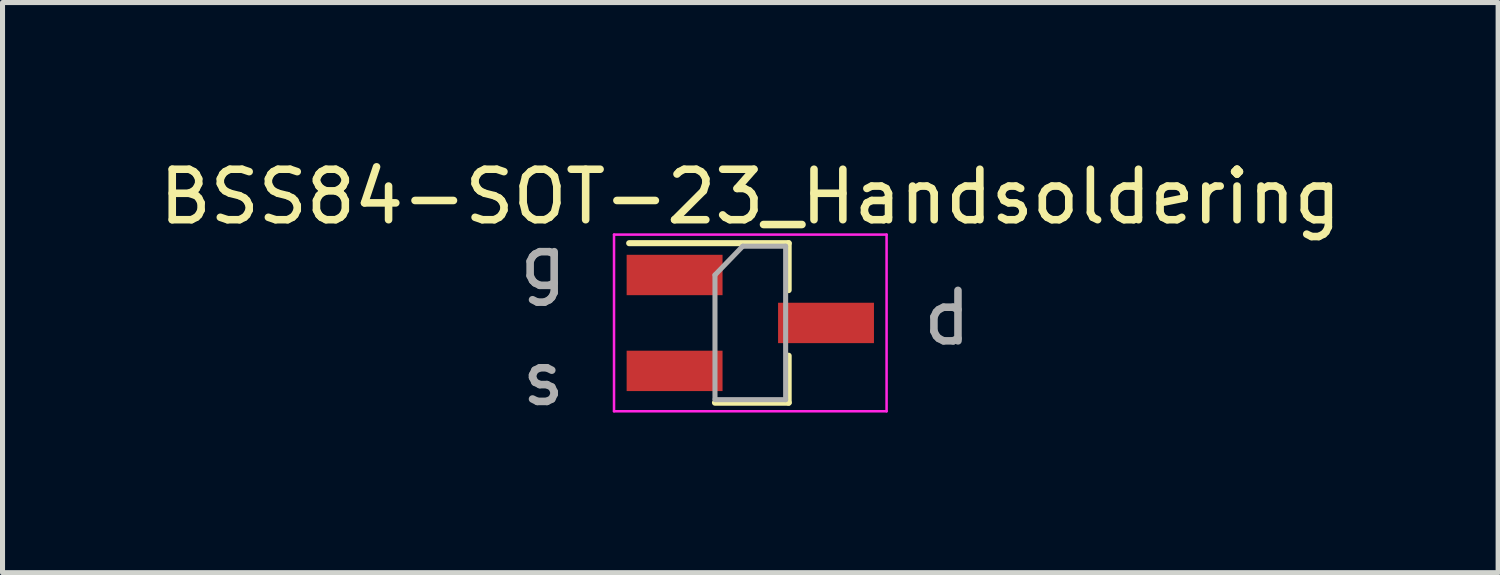
<source format=kicad_pcb>
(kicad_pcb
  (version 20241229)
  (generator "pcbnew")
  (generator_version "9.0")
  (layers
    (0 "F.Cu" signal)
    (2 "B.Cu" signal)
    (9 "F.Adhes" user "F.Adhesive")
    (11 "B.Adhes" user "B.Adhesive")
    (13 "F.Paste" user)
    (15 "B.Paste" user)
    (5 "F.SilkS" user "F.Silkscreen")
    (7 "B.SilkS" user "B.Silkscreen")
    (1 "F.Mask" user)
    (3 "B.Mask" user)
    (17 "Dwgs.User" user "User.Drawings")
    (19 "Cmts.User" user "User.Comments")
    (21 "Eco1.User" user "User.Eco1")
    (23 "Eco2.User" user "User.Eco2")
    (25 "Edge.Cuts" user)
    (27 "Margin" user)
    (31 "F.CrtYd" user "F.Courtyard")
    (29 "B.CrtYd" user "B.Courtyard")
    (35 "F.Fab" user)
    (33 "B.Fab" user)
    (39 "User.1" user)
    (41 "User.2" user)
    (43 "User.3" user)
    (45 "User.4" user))
  (footprint "BSS84-SOT-23_Handsoldering"
    (layer "F.Cu")
    (at 11.815 3.348)
    (property "Reference" "BSS84-SOT-23_Handsoldering" (at 0 -2.5 0) (layer "F.SilkS") (effects (font (size 1 1) (thickness 0.15))))
    (attr smd)
    (fp_line (start 0.76 -1.58) (end -2.4 -1.58) (stroke (width 0.12) (type solid)) (layer "F.SilkS"))
    (fp_line (start 0.76 -1.58) (end 0.76 -0.65) (stroke (width 0.12) (type solid)) (layer "F.SilkS"))
    (fp_line (start 0.76 1.58) (end -0.7 1.58) (stroke (width 0.12) (type solid)) (layer "F.SilkS"))
    (fp_line (start 0.76 1.58) (end 0.76 0.65) (stroke (width 0.12) (type solid)) (layer "F.SilkS"))
    (fp_line (start -2.7 -1.75) (end 2.7 -1.75) (stroke (width 0.05) (type solid)) (layer "F.CrtYd"))
    (fp_line (start -2.7 1.75) (end -2.7 -1.75) (stroke (width 0.05) (type solid)) (layer "F.CrtYd"))
    (fp_line (start 2.7 -1.75) (end 2.7 1.75) (stroke (width 0.05) (type solid)) (layer "F.CrtYd"))
    (fp_line (start 2.7 1.75) (end -2.7 1.75) (stroke (width 0.05) (type solid)) (layer "F.CrtYd"))
    (fp_line (start -0.7 -0.95) (end -0.7 1.5) (stroke (width 0.1) (type solid)) (layer "F.Fab"))
    (fp_line (start -0.7 -0.95) (end -0.15 -1.52) (stroke (width 0.1) (type solid)) (layer "F.Fab"))
    (fp_line (start -0.7 1.52) (end 0.7 1.52) (stroke (width 0.1) (type solid)) (layer "F.Fab"))
    (fp_line (start -0.15 -1.52) (end 0.7 -1.52) (stroke (width 0.1) (type solid)) (layer "F.Fab"))
    (fp_line (start 0.7 -1.52) (end 0.7 1.52) (stroke (width 0.1) (type solid)) (layer "F.Fab"))
    (fp_text user "d" (at 3.9 -0.1 0) (layer "F.Fab") (effects (font (size 1 1) (thickness 0.15))))
    (fp_text user "s" (at -4.1 1.1 0) (layer "F.Fab") (effects (font (size 1 1) (thickness 0.15))))
    (fp_text user "g" (at -4.1 -1.2 0) (layer "F.Fab") (effects (font (size 1 1) (thickness 0.15))))
    (pad "1" smd rect (at -1.5 -0.95) (size 1.9 0.8) (layers "F.Cu" "F.Mask" "F.Paste"))
    (pad "2" smd rect (at -1.5 0.95) (size 1.9 0.8) (layers "F.Cu" "F.Mask" "F.Paste"))
    (pad "3" smd rect (at 1.5 0) (size 1.9 0.8) (layers "F.Cu" "F.Mask" "F.Paste")))
  (gr_rect
    (start -3 -3)
    (end 26.631 8.296)
    (stroke (width 0.1) (type default))
    (fill no)
    (layer "Edge.Cuts")))
</source>
